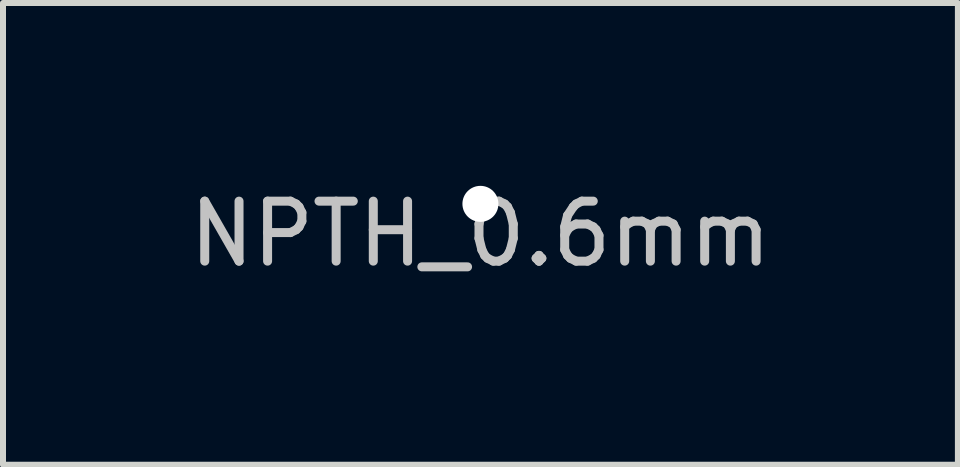
<source format=kicad_pcb>
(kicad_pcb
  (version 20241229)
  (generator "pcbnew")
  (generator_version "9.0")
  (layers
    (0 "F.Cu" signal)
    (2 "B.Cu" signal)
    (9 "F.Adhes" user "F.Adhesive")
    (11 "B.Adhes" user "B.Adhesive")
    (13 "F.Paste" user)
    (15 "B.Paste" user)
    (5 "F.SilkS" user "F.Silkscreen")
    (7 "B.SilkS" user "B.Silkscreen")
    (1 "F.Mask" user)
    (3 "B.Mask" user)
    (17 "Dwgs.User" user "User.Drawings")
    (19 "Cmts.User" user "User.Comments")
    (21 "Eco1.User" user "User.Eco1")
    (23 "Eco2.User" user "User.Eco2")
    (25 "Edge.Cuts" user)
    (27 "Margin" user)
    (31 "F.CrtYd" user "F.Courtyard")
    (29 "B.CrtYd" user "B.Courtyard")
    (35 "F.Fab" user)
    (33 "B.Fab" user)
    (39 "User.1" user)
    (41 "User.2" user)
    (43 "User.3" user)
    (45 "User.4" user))
  (footprint "NPTH_0.6mm"
    (layer "F.Cu")
    (at 4.958 0.348)
    (property "Reference" "NPTH_0.6mm" (at 0 0.5 0) (layer "Dwgs.User") (effects (font (size 1 1) (thickness 0.15))))
    (attr exclude_from_pos_files exclude_from_bom)
    (pad "" np_thru_hole circle (at 0 0) (size 0.6 0.6) (drill 0.6) (layers "*.Cu" "*.Mask")))
  (gr_rect
    (start -3 -3)
    (end 12.917 4.697)
    (stroke (width 0.1) (type default))
    (fill no)
    (layer "Edge.Cuts")))
</source>
